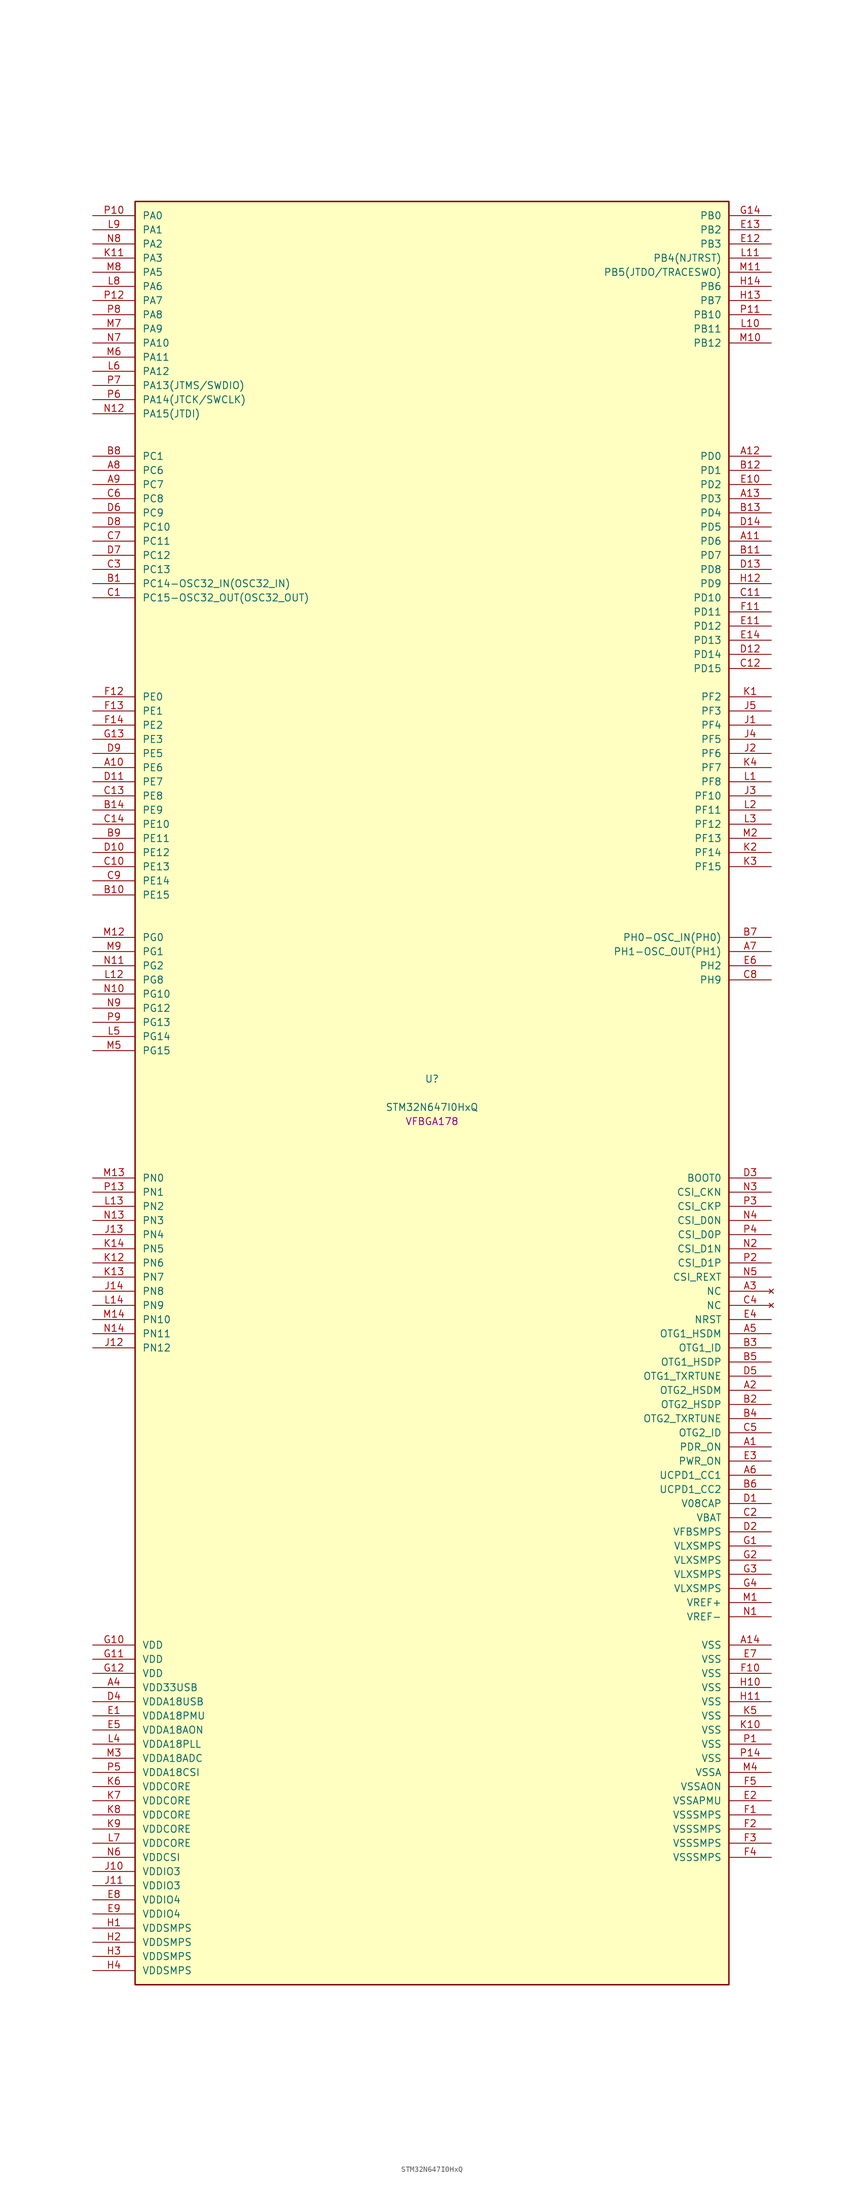
<source format=kicad_sym>
(kicad_symbol_lib
  (version 20241209)
  (generator "stm32_pkl_generator")
  (generator_version "1.0")
  (symbol "STM32N647I0HxQ"
    (pin_names
      (offset 1.27))
    (property "Reference" "U"
      (at 0 2.54 0))
    (property "Value" "STM32N647I0HxQ"
      (at 0 -2.54 0))
    (property "Footprint" "VFBGA178"
      (at 0 -5.08 0))
    (symbol "STM32N647I0HxQ_1_1"
      (rectangle (start -53.34 160.02) (end 53.34 -160.02) (stroke (width 0.254) (type solid)) (fill (type background)))
      (pin bidirectional line (at -60.96 157.48 0) (length 7.62) (name "PA0") (number "P10") (alternate "PA0/ADC1_INN1" bidirectional line) (alternate "PA0/ADC1_INP0" bidirectional line) (alternate "PA0/ADC2_INN1" bidirectional line) (alternate "PA0/ADC2_INP0" bidirectional line) (alternate "PA0/FMC_D7" bidirectional line) (alternate "PA0/FMC_DA7" bidirectional line) (alternate "PA0/HDP_HDP0" bidirectional line) (alternate "PA0/I2S6_WS" bidirectional line) (alternate "PA0/LTDC_G3" bidirectional line) (alternate "PA0/PWR_WKUP1" bidirectional line) (alternate "PA0/SAI2_SD_B" bidirectional line) (alternate "PA0/SPI6_NSS" bidirectional line) (alternate "PA0/TIM15_BKIN" bidirectional line) (alternate "PA0/TIM2_CH1" bidirectional line) (alternate "PA0/TIM5_CH1" bidirectional line) (alternate "PA0/TIM9_CH1" bidirectional line) (alternate "PA0/UART4_TX" bidirectional line) (alternate "PA0/USART2_CTS" bidirectional line) (alternate "PA0/USART2_NSS" bidirectional line))
      (pin bidirectional line (at -60.96 154.94 0) (length 7.62) (name "PA1") (number "L9") (alternate "PA1/ADC1_INP1" bidirectional line) (alternate "PA1/ADC2_INP1" bidirectional line) (alternate "PA1/DCMIPP_D0" bidirectional line) (alternate "PA1/DCMI_D0" bidirectional line) (alternate "PA1/FMC_D6" bidirectional line) (alternate "PA1/FMC_DA6" bidirectional line) (alternate "PA1/HDP_HDP1" bidirectional line) (alternate "PA1/LPTIM3_IN1" bidirectional line) (alternate "PA1/LTDC_G2" bidirectional line) (alternate "PA1/PSSI_D0" bidirectional line) (alternate "PA1/SAI2_MCLK_B" bidirectional line) (alternate "PA1/TIM15_CH1N" bidirectional line) (alternate "PA1/TIM2_CH2" bidirectional line) (alternate "PA1/TIM5_CH2" bidirectional line) (alternate "PA1/UART4_RX" bidirectional line) (alternate "PA1/USART2_RTS" bidirectional line))
      (pin bidirectional line (at -60.96 152.4 0) (length 7.62) (name "PA2") (number "N8") (alternate "PA2/ADC1_INP14" bidirectional line) (alternate "PA2/ADC2_INP14" bidirectional line) (alternate "PA2/FMC_D5" bidirectional line) (alternate "PA2/FMC_DA5" bidirectional line) (alternate "PA2/HDP_HDP2" bidirectional line) (alternate "PA2/LPTIM3_IN2" bidirectional line) (alternate "PA2/LTDC_B7" bidirectional line) (alternate "PA2/MDIOS_MDIO" bidirectional line) (alternate "PA2/PWR_WKUP2" bidirectional line) (alternate "PA2/SAI2_SCK_B" bidirectional line) (alternate "PA2/TIM15_CH1" bidirectional line) (alternate "PA2/TIM2_CH3" bidirectional line) (alternate "PA2/TIM5_CH3" bidirectional line) (alternate "PA2/USART2_TX" bidirectional line))
      (pin bidirectional line (at -60.96 149.86 0) (length 7.62) (name "PA3") (number "K11") (alternate "PA3/FMC_A17" bidirectional line) (alternate "PA3/FMC_ALE" bidirectional line) (alternate "PA3/SAI1_SD_B" bidirectional line) (alternate "PA3/SPI5_NSS" bidirectional line) (alternate "PA3/TIM16_CH1" bidirectional line) (alternate "PA3/UART7_RX" bidirectional line))
      (pin bidirectional line (at -60.96 147.32 0) (length 7.62) (name "PA5") (number "M8") (alternate "PA5/ADC2_INP18" bidirectional line) (alternate "PA5/DCMIPP_D8" bidirectional line) (alternate "PA5/DCMI_D8" bidirectional line) (alternate "PA5/FMC_NOE" bidirectional line) (alternate "PA5/HDP_HDP5" bidirectional line) (alternate "PA5/I2S1_CK" bidirectional line) (alternate "PA5/I2S6_CK" bidirectional line) (alternate "PA5/I3C1_SCL" bidirectional line) (alternate "PA5/LTDC_CLK" bidirectional line) (alternate "PA5/PSSI_D8" bidirectional line) (alternate "PA5/PWR_CSTOP" bidirectional line) (alternate "PA5/SPI1_SCK" bidirectional line) (alternate "PA5/SPI6_SCK" bidirectional line) (alternate "PA5/TIM10_CH1" bidirectional line) (alternate "PA5/TIM2_CH1" bidirectional line) (alternate "PA5/TIM2_ETR" bidirectional line) (alternate "PA5/TIM9_CH2" bidirectional line))
      (pin bidirectional line (at -60.96 144.78 0) (length 7.62) (name "PA6") (number "L8") (alternate "PA6/ADC1_INP3" bidirectional line) (alternate "PA6/ADC2_INP3" bidirectional line) (alternate "PA6/BOOT1" bidirectional line) (alternate "PA6/DCMIPP_PIXCLK" bidirectional line) (alternate "PA6/DCMI_PIXCLK" bidirectional line) (alternate "PA6/HDP_HDP6" bidirectional line) (alternate "PA6/I2S1_SDI" bidirectional line) (alternate "PA6/I2S6_SDI" bidirectional line) (alternate "PA6/I3C1_SDA" bidirectional line) (alternate "PA6/LPTIM3_ETR" bidirectional line) (alternate "PA6/LTDC_B7" bidirectional line) (alternate "PA6/LTDC_HSYNC" bidirectional line) (alternate "PA6/MDIOS_MDC" bidirectional line) (alternate "PA6/PSSI_PDCK" bidirectional line) (alternate "PA6/SPI1_MISO" bidirectional line) (alternate "PA6/SPI6_MISO" bidirectional line) (alternate "PA6/TIM13_CH1" bidirectional line) (alternate "PA6/TIM1_BKIN" bidirectional line) (alternate "PA6/TIM3_CH1" bidirectional line))
      (pin bidirectional line (at -60.96 142.24 0) (length 7.62) (name "PA7") (number "P12") (alternate "PA7/HDP_HDP7" bidirectional line) (alternate "PA7/I2S1_SDO" bidirectional line) (alternate "PA7/I2S6_SDO" bidirectional line) (alternate "PA7/LTDC_B1" bidirectional line) (alternate "PA7/LTDC_R4" bidirectional line) (alternate "PA7/SPI1_MOSI" bidirectional line) (alternate "PA7/SPI6_MOSI" bidirectional line) (alternate "PA7/TIM14_CH1" bidirectional line) (alternate "PA7/TIM1_CH1N" bidirectional line) (alternate "PA7/TIM3_CH2" bidirectional line) (alternate "PA7/USART1_RX" bidirectional line))
      (pin bidirectional line (at -60.96 139.7 0) (length 7.62) (name "PA8") (number "P8") (alternate "PA8/ADC1_INP5" bidirectional line) (alternate "PA8/ADC2_INP5" bidirectional line) (alternate "PA8/FMC_D4" bidirectional line) (alternate "PA8/FMC_DA4" bidirectional line) (alternate "PA8/HDP_HDP0" bidirectional line) (alternate "PA8/I2C3_SCL" bidirectional line) (alternate "PA8/I3C2_SCL" bidirectional line) (alternate "PA8/LTDC_B6" bidirectional line) (alternate "PA8/RCC_MCO_1" bidirectional line) (alternate "PA8/TIM11_CH1" bidirectional line) (alternate "PA8/TIM1_CH1" bidirectional line) (alternate "PA8/UART7_RX" bidirectional line) (alternate "PA8/USART1_CK" bidirectional line))
      (pin bidirectional line (at -60.96 137.16 0) (length 7.62) (name "PA9") (number "M7") (alternate "PA9/ADC1_INP10" bidirectional line) (alternate "PA9/ADC2_INP10" bidirectional line) (alternate "PA9/DCMIPP_D0" bidirectional line) (alternate "PA9/DCMI_D0" bidirectional line) (alternate "PA9/FMC_D3" bidirectional line) (alternate "PA9/FMC_DA3" bidirectional line) (alternate "PA9/HDP_HDP1" bidirectional line) (alternate "PA9/I2C3_SDA" bidirectional line) (alternate "PA9/I2S2_CK" bidirectional line) (alternate "PA9/I3C2_SDA" bidirectional line) (alternate "PA9/LPUART1_TX" bidirectional line) (alternate "PA9/LTDC_B5" bidirectional line) (alternate "PA9/PSSI_D0" bidirectional line) (alternate "PA9/SPI2_SCK" bidirectional line) (alternate "PA9/TIM1_CH2" bidirectional line) (alternate "PA9/USART1_TX" bidirectional line))
      (pin bidirectional line (at -60.96 134.62 0) (length 7.62) (name "PA10") (number "N7") (alternate "PA10/ADC1_INN10" bidirectional line) (alternate "PA10/ADC1_INP11" bidirectional line) (alternate "PA10/ADC2_INN10" bidirectional line) (alternate "PA10/ADC2_INP11" bidirectional line) (alternate "PA10/DCMIPP_D1" bidirectional line) (alternate "PA10/DCMI_D1" bidirectional line) (alternate "PA10/FMC_D2" bidirectional line) (alternate "PA10/FMC_DA2" bidirectional line) (alternate "PA10/HDP_HDP2" bidirectional line) (alternate "PA10/LPUART1_RX" bidirectional line) (alternate "PA10/LTDC_B4" bidirectional line) (alternate "PA10/MDIOS_MDIO" bidirectional line) (alternate "PA10/PSSI_D1" bidirectional line) (alternate "PA10/PWR_CSLEEP" bidirectional line) (alternate "PA10/TIM1_CH3" bidirectional line) (alternate "PA10/USART1_RX" bidirectional line))
      (pin bidirectional line (at -60.96 132.08 0) (length 7.62) (name "PA11") (number "M6") (alternate "PA11/ADC1_EXTI11" bidirectional line) (alternate "PA11/ADC1_INN11" bidirectional line) (alternate "PA11/ADC1_INP12" bidirectional line) (alternate "PA11/ADC2_EXTI11" bidirectional line) (alternate "PA11/ADC2_INN11" bidirectional line) (alternate "PA11/ADC2_INP12" bidirectional line) (alternate "PA11/FDCAN1_RX" bidirectional line) (alternate "PA11/FMC_D1" bidirectional line) (alternate "PA11/FMC_DA1" bidirectional line) (alternate "PA11/HDP_HDP3" bidirectional line) (alternate "PA11/I2S2_WS" bidirectional line) (alternate "PA11/LPUART1_CTS" bidirectional line) (alternate "PA11/LTDC_B3" bidirectional line) (alternate "PA11/SPI2_NSS" bidirectional line) (alternate "PA11/TIM1_CH4" bidirectional line) (alternate "PA11/UART4_RX" bidirectional line) (alternate "PA11/USART1_CTS" bidirectional line) (alternate "PA11/USART1_NSS" bidirectional line))
      (pin bidirectional line (at -60.96 129.54 0) (length 7.62) (name "PA12") (number "L6") (alternate "PA12/ADC1_INN12" bidirectional line) (alternate "PA12/ADC1_INP13" bidirectional line) (alternate "PA12/ADC2_INN12" bidirectional line) (alternate "PA12/ADC2_INP13" bidirectional line) (alternate "PA12/FDCAN1_TX" bidirectional line) (alternate "PA12/FMC_D0" bidirectional line) (alternate "PA12/FMC_DA0" bidirectional line) (alternate "PA12/HDP_HDP4" bidirectional line) (alternate "PA12/I2S2_CK" bidirectional line) (alternate "PA12/LPUART1_RTS" bidirectional line) (alternate "PA12/LTDC_B2" bidirectional line) (alternate "PA12/SAI2_FS_B" bidirectional line) (alternate "PA12/SPI2_SCK" bidirectional line) (alternate "PA12/TIM1_ETR" bidirectional line) (alternate "PA12/UART4_TX" bidirectional line) (alternate "PA12/USART1_RTS" bidirectional line))
      (pin bidirectional line (at -60.96 127 0) (length 7.62) (name "PA13(JTMS/SWDIO)") (number "P7") (alternate "PA13(JTMS/SWDIO)/DEBUG_JTMS-SWDIO" bidirectional line) (alternate "PA13(JTMS/SWDIO)/HDP_HDP5" bidirectional line))
      (pin bidirectional line (at -60.96 124.46 0) (length 7.62) (name "PA14(JTCK/SWCLK)") (number "P6") (alternate "PA14(JTCK/SWCLK)/DEBUG_JTCK-SWCLK" bidirectional line) (alternate "PA14(JTCK/SWCLK)/HDP_HDP6" bidirectional line))
      (pin bidirectional line (at -60.96 121.92 0) (length 7.62) (name "PA15(JTDI)") (number "N12") (alternate "PA15(JTDI)/ADC1_EXTI15" bidirectional line) (alternate "PA15(JTDI)/ADC2_EXTI15" bidirectional line) (alternate "PA15(JTDI)/DEBUG_JTDI" bidirectional line) (alternate "PA15(JTDI)/FMC_D15" bidirectional line) (alternate "PA15(JTDI)/FMC_DA15" bidirectional line) (alternate "PA15(JTDI)/HDP_HDP7" bidirectional line) (alternate "PA15(JTDI)/I2S1_WS" bidirectional line) (alternate "PA15(JTDI)/I2S3_WS" bidirectional line) (alternate "PA15(JTDI)/I2S6_WS" bidirectional line) (alternate "PA15(JTDI)/LTDC_R5" bidirectional line) (alternate "PA15(JTDI)/SPI1_NSS" bidirectional line) (alternate "PA15(JTDI)/SPI3_NSS" bidirectional line) (alternate "PA15(JTDI)/SPI6_NSS" bidirectional line) (alternate "PA15(JTDI)/TIM2_CH1" bidirectional line) (alternate "PA15(JTDI)/TIM2_ETR" bidirectional line) (alternate "PA15(JTDI)/UART4_DE" bidirectional line) (alternate "PA15(JTDI)/UART4_RTS" bidirectional line) (alternate "PA15(JTDI)/UART7_TX" bidirectional line))
      (pin bidirectional line (at 60.96 157.48 180) (length 7.62) (name "PB0") (number "G14") (alternate "PB0/ADF1_SDI0" bidirectional line) (alternate "PB0/DCMIPP_D4" bidirectional line) (alternate "PB0/DCMI_D4" bidirectional line) (alternate "PB0/DEBUG_TRACED1" bidirectional line) (alternate "PB0/FMC_D13" bidirectional line) (alternate "PB0/FMC_DA13" bidirectional line) (alternate "PB0/MDF1_SDI2" bidirectional line) (alternate "PB0/PSSI_D4" bidirectional line) (alternate "PB0/SAI1_D2" bidirectional line) (alternate "PB0/SAI1_FS_A" bidirectional line) (alternate "PB0/SPI4_NSS" bidirectional line) (alternate "PB0/TIM15_CH1N" bidirectional line) (alternate "PB0/TIM1_CH4" bidirectional line))
      (pin bidirectional line (at 60.96 154.94 180) (length 7.62) (name "PB2") (number "E13") (alternate "PB2/ADF1_SDI0" bidirectional line) (alternate "PB2/FMC_D2" bidirectional line) (alternate "PB2/FMC_DA2" bidirectional line) (alternate "PB2/HDP_HDP2" bidirectional line) (alternate "PB2/I2S3_SDO" bidirectional line) (alternate "PB2/LTDC_B2" bidirectional line) (alternate "PB2/MDF1_SDI1" bidirectional line) (alternate "PB2/RTC_OUT2" bidirectional line) (alternate "PB2/SAI1_D1" bidirectional line) (alternate "PB2/SAI1_SD_A" bidirectional line) (alternate "PB2/SPI3_MOSI" bidirectional line) (alternate "PB2/TIM1_CH1" bidirectional line))
      (pin bidirectional line (at 60.96 152.4 180) (length 7.62) (name "PB3") (number "E12") (alternate "PB3/DEBUG_JTDO-SWO" bidirectional line) (alternate "PB3/DEBUG_TRACECLK" bidirectional line) (alternate "PB3/FMC_A23" bidirectional line) (alternate "PB3/FMC_NBL1" bidirectional line) (alternate "PB3/GFXTIM_FCKCAL" bidirectional line) (alternate "PB3/GFXTIM_LCKCAL" bidirectional line) (alternate "PB3/HDP_HDP0" bidirectional line) (alternate "PB3/MDF1_CKI1" bidirectional line) (alternate "PB3/SAI2_FS_B" bidirectional line) (alternate "PB3/TIM1_CH4N" bidirectional line) (alternate "PB3/USART1_CK" bidirectional line))
      (pin bidirectional line (at 60.96 149.86 180) (length 7.62) (name "PB4(NJTRST)") (number "L11") (alternate "PB4(NJTRST)/DCMIPP_VSYNC" bidirectional line) (alternate "PB4(NJTRST)/DCMI_VSYNC" bidirectional line) (alternate "PB4(NJTRST)/DEBUG_NJTRST" bidirectional line) (alternate "PB4(NJTRST)/FMC_D13" bidirectional line) (alternate "PB4(NJTRST)/FMC_DA13" bidirectional line) (alternate "PB4(NJTRST)/HDP_HDP4" bidirectional line) (alternate "PB4(NJTRST)/I2S1_SDI" bidirectional line) (alternate "PB4(NJTRST)/I2S2_WS" bidirectional line) (alternate "PB4(NJTRST)/I2S3_SDI" bidirectional line) (alternate "PB4(NJTRST)/I2S6_SDI" bidirectional line) (alternate "PB4(NJTRST)/LTDC_R3" bidirectional line) (alternate "PB4(NJTRST)/PSSI_RDY" bidirectional line) (alternate "PB4(NJTRST)/SPI1_MISO" bidirectional line) (alternate "PB4(NJTRST)/SPI2_NSS" bidirectional line) (alternate "PB4(NJTRST)/SPI3_MISO" bidirectional line) (alternate "PB4(NJTRST)/SPI6_MISO" bidirectional line) (alternate "PB4(NJTRST)/TIM16_BKIN" bidirectional line) (alternate "PB4(NJTRST)/TIM3_CH1" bidirectional line) (alternate "PB4(NJTRST)/UART7_TX" bidirectional line))
      (pin bidirectional line (at 60.96 147.32 180) (length 7.62) (name "PB5(JTDO/TRACESWO)") (number "M11") (alternate "PB5(JTDO/TRACESWO)/DCMIPP_D10" bidirectional line) (alternate "PB5(JTDO/TRACESWO)/DCMI_D10" bidirectional line) (alternate "PB5(JTDO/TRACESWO)/DEBUG_JTDO-SWO" bidirectional line) (alternate "PB5(JTDO/TRACESWO)/FDCAN2_RX" bidirectional line) (alternate "PB5(JTDO/TRACESWO)/FMC_D12" bidirectional line) (alternate "PB5(JTDO/TRACESWO)/FMC_DA12" bidirectional line) (alternate "PB5(JTDO/TRACESWO)/HDP_HDP5" bidirectional line) (alternate "PB5(JTDO/TRACESWO)/I2C1_SMBA" bidirectional line) (alternate "PB5(JTDO/TRACESWO)/I2S1_SDO" bidirectional line) (alternate "PB5(JTDO/TRACESWO)/I2S3_SDO" bidirectional line) (alternate "PB5(JTDO/TRACESWO)/I2S6_SDO" bidirectional line) (alternate "PB5(JTDO/TRACESWO)/LTDC_R2" bidirectional line) (alternate "PB5(JTDO/TRACESWO)/PSSI_D10" bidirectional line) (alternate "PB5(JTDO/TRACESWO)/SPI1_MOSI" bidirectional line) (alternate "PB5(JTDO/TRACESWO)/SPI3_MOSI" bidirectional line) (alternate "PB5(JTDO/TRACESWO)/SPI6_MOSI" bidirectional line) (alternate "PB5(JTDO/TRACESWO)/TIM17_BKIN" bidirectional line) (alternate "PB5(JTDO/TRACESWO)/TIM3_CH2" bidirectional line) (alternate "PB5(JTDO/TRACESWO)/UART5_RX" bidirectional line))
      (pin bidirectional line (at 60.96 144.78 180) (length 7.62) (name "PB6") (number "H14") (alternate "PB6/ADF1_CCK1" bidirectional line) (alternate "PB6/DCMIPP_D6" bidirectional line) (alternate "PB6/DCMI_D6" bidirectional line) (alternate "PB6/DEBUG_TRACED2" bidirectional line) (alternate "PB6/FMC_D14" bidirectional line) (alternate "PB6/FMC_DA14" bidirectional line) (alternate "PB6/MDF1_CCK1" bidirectional line) (alternate "PB6/PSSI_D6" bidirectional line) (alternate "PB6/SAI1_CK2" bidirectional line) (alternate "PB6/SAI1_SCK_A" bidirectional line) (alternate "PB6/SPI4_MISO" bidirectional line) (alternate "PB6/TIM15_CH1" bidirectional line))
      (pin bidirectional line (at 60.96 142.24 180) (length 7.62) (name "PB7") (number "H13") (alternate "PB7/ADF1_SDI0" bidirectional line) (alternate "PB7/DCMIPP_D7" bidirectional line) (alternate "PB7/DCMI_D7" bidirectional line) (alternate "PB7/DEBUG_TRACED3" bidirectional line) (alternate "PB7/FMC_D15" bidirectional line) (alternate "PB7/FMC_DA15" bidirectional line) (alternate "PB7/MDF1_SDI1" bidirectional line) (alternate "PB7/PSSI_D7" bidirectional line) (alternate "PB7/SAI1_D1" bidirectional line) (alternate "PB7/SAI1_SD_A" bidirectional line) (alternate "PB7/SAI2_MCLK_B" bidirectional line) (alternate "PB7/SPI4_MOSI" bidirectional line) (alternate "PB7/TIM15_CH2" bidirectional line) (alternate "PB7/TIM1_BKIN2" bidirectional line))
      (pin bidirectional line (at 60.96 139.7 180) (length 7.62) (name "PB10") (number "P11") (alternate "PB10/ADC1_INN4" bidirectional line) (alternate "PB10/ADC1_INP8" bidirectional line) (alternate "PB10/ADC2_INN4" bidirectional line) (alternate "PB10/ADC2_INP8" bidirectional line) (alternate "PB10/FMC_D11" bidirectional line) (alternate "PB10/FMC_DA11" bidirectional line) (alternate "PB10/HDP_HDP2" bidirectional line) (alternate "PB10/I2C2_SCL" bidirectional line) (alternate "PB10/I2S2_CK" bidirectional line) (alternate "PB10/I3C2_SCL" bidirectional line) (alternate "PB10/LPTIM2_IN1" bidirectional line) (alternate "PB10/LTDC_G7" bidirectional line) (alternate "PB10/SPI2_SCK" bidirectional line) (alternate "PB10/TIM2_CH3" bidirectional line) (alternate "PB10/USART3_TX" bidirectional line))
      (pin bidirectional line (at 60.96 137.16 180) (length 7.62) (name "PB11") (number "L10") (alternate "PB11/ADC1_EXTI11" bidirectional line) (alternate "PB11/ADC1_INP4" bidirectional line) (alternate "PB11/ADC2_EXTI11" bidirectional line) (alternate "PB11/ADC2_INP4" bidirectional line) (alternate "PB11/FMC_D10" bidirectional line) (alternate "PB11/FMC_DA10" bidirectional line) (alternate "PB11/HDP_HDP3" bidirectional line) (alternate "PB11/I2C2_SDA" bidirectional line) (alternate "PB11/I3C2_SDA" bidirectional line) (alternate "PB11/LPTIM2_ETR" bidirectional line) (alternate "PB11/LTDC_G6" bidirectional line) (alternate "PB11/TIM2_CH4" bidirectional line) (alternate "PB11/USART3_RX" bidirectional line))
      (pin bidirectional line (at 60.96 134.62 180) (length 7.62) (name "PB12") (number "M10") (alternate "PB12/FDCAN2_RX" bidirectional line) (alternate "PB12/FMC_D9" bidirectional line) (alternate "PB12/FMC_DA9" bidirectional line) (alternate "PB12/HDP_HDP4" bidirectional line) (alternate "PB12/I2C2_SMBA" bidirectional line) (alternate "PB12/I2S2_WS" bidirectional line) (alternate "PB12/LPTIM2_IN2" bidirectional line) (alternate "PB12/LTDC_G5" bidirectional line) (alternate "PB12/SPI2_NSS" bidirectional line) (alternate "PB12/TIM1_BKIN" bidirectional line) (alternate "PB12/UART5_RX" bidirectional line) (alternate "PB12/USART3_CK" bidirectional line))
      (pin bidirectional line (at -60.96 114.3 0) (length 7.62) (name "PC1") (number "B8") (alternate "PC1/DCMIPP_D7" bidirectional line) (alternate "PC1/DCMI_D7" bidirectional line) (alternate "PC1/FDCAN1_TX" bidirectional line) (alternate "PC1/HDP_HDP1" bidirectional line) (alternate "PC1/I2C1_SDA" bidirectional line) (alternate "PC1/I2S2_WS" bidirectional line) (alternate "PC1/I3C1_SDA" bidirectional line) (alternate "PC1/PSSI_D7" bidirectional line) (alternate "PC1/SDMMC1_CDIR" bidirectional line) (alternate "PC1/SDMMC1_D5" bidirectional line) (alternate "PC1/SPI2_NSS" bidirectional line) (alternate "PC1/TIM17_CH1" bidirectional line) (alternate "PC1/TIM4_CH4" bidirectional line) (alternate "PC1/UART4_TX" bidirectional line))
      (pin bidirectional line (at -60.96 111.76 0) (length 7.62) (name "PC6") (number "A8") (alternate "PC6/DCMIPP_D1" bidirectional line) (alternate "PC6/DCMI_D1" bidirectional line) (alternate "PC6/HDP_HDP6" bidirectional line) (alternate "PC6/I2S2_MCK" bidirectional line) (alternate "PC6/PSSI_D1" bidirectional line) (alternate "PC6/SDMMC1_D0DIR" bidirectional line) (alternate "PC6/SDMMC1_D6" bidirectional line) (alternate "PC6/TIM1_CH1" bidirectional line) (alternate "PC6/TIM3_CH1" bidirectional line) (alternate "PC6/TIM9_CH1" bidirectional line) (alternate "PC6/USART6_TX" bidirectional line))
      (pin bidirectional line (at -60.96 109.22 0) (length 7.62) (name "PC7") (number "A9") (alternate "PC7/DCMIPP_D1" bidirectional line) (alternate "PC7/DCMI_D1" bidirectional line) (alternate "PC7/DEBUG_TRGIO" bidirectional line) (alternate "PC7/HDP_HDP7" bidirectional line) (alternate "PC7/I2S3_MCK" bidirectional line) (alternate "PC7/PSSI_D1" bidirectional line) (alternate "PC7/SDMMC1_D123DIR" bidirectional line) (alternate "PC7/SDMMC1_D7" bidirectional line) (alternate "PC7/TIM16_CH1N" bidirectional line) (alternate "PC7/TIM3_CH2" bidirectional line) (alternate "PC7/TIM9_CH2" bidirectional line) (alternate "PC7/USART6_RX" bidirectional line))
      (pin bidirectional line (at -60.96 106.68 0) (length 7.62) (name "PC8") (number "C6") (alternate "PC8/DCMIPP_D2" bidirectional line) (alternate "PC8/DCMI_D2" bidirectional line) (alternate "PC8/DEBUG_TRACED1" bidirectional line) (alternate "PC8/FMC_NE4" bidirectional line) (alternate "PC8/HDP_HDP0" bidirectional line) (alternate "PC8/I2C3_SMBA" bidirectional line) (alternate "PC8/LTDC_B0" bidirectional line) (alternate "PC8/PSSI_D2" bidirectional line) (alternate "PC8/SDMMC1_D0" bidirectional line) (alternate "PC8/TIM3_CH3" bidirectional line) (alternate "PC8/UART5_DE" bidirectional line) (alternate "PC8/UART5_RTS" bidirectional line) (alternate "PC8/UCPD1_FRSTX1" bidirectional line) (alternate "PC8/USART6_CK" bidirectional line))
      (pin bidirectional line (at -60.96 104.14 0) (length 7.62) (name "PC9") (number "D6") (alternate "PC9/AUDIOCLK" bidirectional line) (alternate "PC9/DCMIPP_D3" bidirectional line) (alternate "PC9/DCMI_D3" bidirectional line) (alternate "PC9/HDP_HDP1" bidirectional line) (alternate "PC9/I2C3_SDA" bidirectional line) (alternate "PC9/LTDC_B3" bidirectional line) (alternate "PC9/PSSI_D3" bidirectional line) (alternate "PC9/RCC_MCO_2" bidirectional line) (alternate "PC9/SDMMC1_D1" bidirectional line) (alternate "PC9/TIM3_CH4" bidirectional line) (alternate "PC9/UART5_CTS" bidirectional line) (alternate "PC9/UCPD1_FRSTX2" bidirectional line) (alternate "PC9/USART6_RX" bidirectional line))
      (pin bidirectional line (at -60.96 101.6 0) (length 7.62) (name "PC10") (number "D8") (alternate "PC10/DCMIPP_D14" bidirectional line) (alternate "PC10/FMC_CLK" bidirectional line) (alternate "PC10/HDP_HDP2" bidirectional line) (alternate "PC10/I2C4_SCL" bidirectional line) (alternate "PC10/I2S3_CK" bidirectional line) (alternate "PC10/I3C2_SCL" bidirectional line) (alternate "PC10/PSSI_D14" bidirectional line) (alternate "PC10/SDMMC1_D2" bidirectional line) (alternate "PC10/SPI3_SCK" bidirectional line) (alternate "PC10/TIM1_BKIN" bidirectional line) (alternate "PC10/UART4_TX" bidirectional line) (alternate "PC10/USART3_TX" bidirectional line))
      (pin bidirectional line (at -60.96 99.06 0) (length 7.62) (name "PC11") (number "C7") (alternate "PC11/ADC1_EXTI11" bidirectional line) (alternate "PC11/ADC2_EXTI11" bidirectional line) (alternate "PC11/DCMIPP_D4" bidirectional line) (alternate "PC11/DCMI_D4" bidirectional line) (alternate "PC11/HDP_HDP3" bidirectional line) (alternate "PC11/I2C4_SDA" bidirectional line) (alternate "PC11/I2S3_SDI" bidirectional line) (alternate "PC11/I3C2_SDA" bidirectional line) (alternate "PC11/PSSI_D4" bidirectional line) (alternate "PC11/SDMMC1_D3" bidirectional line) (alternate "PC11/SPI3_MISO" bidirectional line) (alternate "PC11/UART4_RX" bidirectional line) (alternate "PC11/USART3_RX" bidirectional line))
      (pin bidirectional line (at -60.96 96.52 0) (length 7.62) (name "PC12") (number "D7") (alternate "PC12/DCMIPP_D9" bidirectional line) (alternate "PC12/DCMI_D9" bidirectional line) (alternate "PC12/DEBUG_TRACED3" bidirectional line) (alternate "PC12/FMC_NL" bidirectional line) (alternate "PC12/HDP_HDP4" bidirectional line) (alternate "PC12/I2S3_SDO" bidirectional line) (alternate "PC12/I2S6_CK" bidirectional line) (alternate "PC12/PSSI_D9" bidirectional line) (alternate "PC12/SDMMC1_CK" bidirectional line) (alternate "PC12/SPI3_MOSI" bidirectional line) (alternate "PC12/SPI6_SCK" bidirectional line) (alternate "PC12/TIM15_CH1" bidirectional line) (alternate "PC12/TIM1_CH4" bidirectional line) (alternate "PC12/UART5_TX" bidirectional line) (alternate "PC12/USART3_CK" bidirectional line))
      (pin bidirectional line (at -60.96 93.98 0) (length 7.62) (name "PC13") (number "C3") (alternate "PC13/HDP_HDP5" bidirectional line) (alternate "PC13/PWR_WKUP3" bidirectional line) (alternate "PC13/RTC_OUT1" bidirectional line) (alternate "PC13/RTC_TS" bidirectional line) (alternate "PC13/TAMP_IN1" bidirectional line) (alternate "PC13/TAMP_OUT2" bidirectional line))
      (pin bidirectional line (at -60.96 91.44 0) (length 7.62) (name "PC14-OSC32_IN(OSC32_IN)") (number "B1") (alternate "PC14-OSC32_IN(OSC32_IN)/RCC_OSC32_IN" bidirectional line))
      (pin bidirectional line (at -60.96 88.9 0) (length 7.62) (name "PC15-OSC32_OUT(OSC32_OUT)") (number "C1") (alternate "PC15-OSC32_OUT(OSC32_OUT)/ADC1_EXTI15" bidirectional line) (alternate "PC15-OSC32_OUT(OSC32_OUT)/ADC2_EXTI15" bidirectional line) (alternate "PC15-OSC32_OUT(OSC32_OUT)/RCC_OSC32_OUT" bidirectional line))
      (pin bidirectional line (at 60.96 114.3 180) (length 7.62) (name "PD0") (number "A12") (alternate "PD0/DCMIPP_HSYNC" bidirectional line) (alternate "PD0/DCMI_HSYNC" bidirectional line) (alternate "PD0/FDCAN1_RX" bidirectional line) (alternate "PD0/FMC_A6" bidirectional line) (alternate "PD0/FMC_A22" bidirectional line) (alternate "PD0/PSSI_DE" bidirectional line) (alternate "PD0/TIM1_ETR" bidirectional line) (alternate "PD0/UART4_RX" bidirectional line) (alternate "PD0/UART9_CTS" bidirectional line))
      (pin bidirectional line (at 60.96 111.76 180) (length 7.62) (name "PD1") (number "B12") (alternate "PD1/ETH1_MDC" bidirectional line) (alternate "PD1/FDCAN1_TX" bidirectional line) (alternate "PD1/FMC_A7" bidirectional line) (alternate "PD1/FMC_A23" bidirectional line) (alternate "PD1/UART4_TX" bidirectional line))
      (pin bidirectional line (at 60.96 109.22 180) (length 7.62) (name "PD2") (number "E10") (alternate "PD2/ADF1_SDI0" bidirectional line) (alternate "PD2/DEBUG_TRACED0" bidirectional line) (alternate "PD2/FMC_A0" bidirectional line) (alternate "PD2/FMC_A16" bidirectional line) (alternate "PD2/FMC_CLE" bidirectional line) (alternate "PD2/HDP_HDP1" bidirectional line) (alternate "PD2/I2S2_SDO" bidirectional line) (alternate "PD2/MDF1_SDI1" bidirectional line) (alternate "PD2/MDIOS_MDC" bidirectional line) (alternate "PD2/PWR_WKUP4" bidirectional line) (alternate "PD2/SAI1_D1" bidirectional line) (alternate "PD2/SAI1_SD_A" bidirectional line) (alternate "PD2/SPI2_MOSI" bidirectional line) (alternate "PD2/TIM15_CH1N" bidirectional line) (alternate "PD2/TIM1_CH3" bidirectional line))
      (pin bidirectional line (at 60.96 106.68 180) (length 7.62) (name "PD3") (number "A13") (alternate "PD3/DCMIPP_D14" bidirectional line) (alternate "PD3/ETH1_PHY_INTN" bidirectional line) (alternate "PD3/FMC_A10" bidirectional line) (alternate "PD3/I2C2_SMBA" bidirectional line) (alternate "PD3/PSSI_D14" bidirectional line) (alternate "PD3/USART6_CTS" bidirectional line))
      (pin bidirectional line (at 60.96 104.14 180) (length 7.62) (name "PD4") (number "B13") (alternate "PD4/DCMIPP_D9" bidirectional line) (alternate "PD4/DCMI_D9" bidirectional line) (alternate "PD4/FMC_A11" bidirectional line) (alternate "PD4/I2C2_SDA" bidirectional line) (alternate "PD4/PSSI_D9" bidirectional line) (alternate "PD4/SPI5_MISO" bidirectional line) (alternate "PD4/TAMP_IN7" bidirectional line) (alternate "PD4/TAMP_OUT8" bidirectional line) (alternate "PD4/TIM1_BKIN2" bidirectional line) (alternate "PD4/USART6_RTS" bidirectional line))
      (pin bidirectional line (at 60.96 101.6 180) (length 7.62) (name "PD5") (number "D14") (alternate "PD5/DCMIPP_PIXCLK" bidirectional line) (alternate "PD5/DCMI_PIXCLK" bidirectional line) (alternate "PD5/FMC_D6" bidirectional line) (alternate "PD5/FMC_DA6" bidirectional line) (alternate "PD5/PSSI_PDCK" bidirectional line) (alternate "PD5/TIM1_CH4N" bidirectional line) (alternate "PD5/USART2_TX" bidirectional line))
      (pin bidirectional line (at 60.96 99.06 180) (length 7.62) (name "PD6") (number "A11") (alternate "PD6/FMC_A1" bidirectional line) (alternate "PD6/FMC_A17" bidirectional line) (alternate "PD6/FMC_ALE" bidirectional line) (alternate "PD6/HDP_HDP2" bidirectional line) (alternate "PD6/I2S2_SDI" bidirectional line) (alternate "PD6/SPI2_MISO" bidirectional line) (alternate "PD6/TIM15_CH2" bidirectional line) (alternate "PD6/TIM1_CH1" bidirectional line))
      (pin bidirectional line (at 60.96 96.52 180) (length 7.62) (name "PD7") (number "B11") (alternate "PD7/DCMIPP_D0" bidirectional line) (alternate "PD7/DCMI_D0" bidirectional line) (alternate "PD7/FMC_A2" bidirectional line) (alternate "PD7/FMC_A18" bidirectional line) (alternate "PD7/HDP_HDP3" bidirectional line) (alternate "PD7/I2S2_SDO" bidirectional line) (alternate "PD7/I2S3_WS" bidirectional line) (alternate "PD7/PSSI_D0" bidirectional line) (alternate "PD7/SPI2_MOSI" bidirectional line) (alternate "PD7/SPI3_NSS" bidirectional line) (alternate "PD7/TIM15_CH1N" bidirectional line) (alternate "PD7/TIM1_CH2" bidirectional line))
      (pin bidirectional line (at 60.96 93.98 180) (length 7.62) (name "PD8") (number "D13") (alternate "PD8/DCMIPP_D11" bidirectional line) (alternate "PD8/DCMI_D11" bidirectional line) (alternate "PD8/FMC_NBL0" bidirectional line) (alternate "PD8/LTDC_R7" bidirectional line) (alternate "PD8/PSSI_D11" bidirectional line) (alternate "PD8/TAMP_IN3" bidirectional line) (alternate "PD8/TAMP_OUT4" bidirectional line) (alternate "PD8/USART3_TX" bidirectional line))
      (pin bidirectional line (at 60.96 91.44 180) (length 7.62) (name "PD9") (number "H12") (alternate "PD9/DCMIPP_D11" bidirectional line) (alternate "PD9/DCMI_D11" bidirectional line) (alternate "PD9/FMC_SDCLK" bidirectional line) (alternate "PD9/LTDC_R1" bidirectional line) (alternate "PD9/PSSI_D11" bidirectional line) (alternate "PD9/TAMP_IN5" bidirectional line) (alternate "PD9/TAMP_OUT6" bidirectional line) (alternate "PD9/USART3_RX" bidirectional line))
      (pin bidirectional line (at 60.96 88.9 180) (length 7.62) (name "PD10") (number "C11") (alternate "PD10/DEBUG_TRACECLK" bidirectional line) (alternate "PD10/FMC_A3" bidirectional line) (alternate "PD10/FMC_A19" bidirectional line) (alternate "PD10/GFXTIM_TE" bidirectional line) (alternate "PD10/HDP_HDP4" bidirectional line) (alternate "PD10/I2S1_MCK" bidirectional line) (alternate "PD10/MDF1_CKI3" bidirectional line) (alternate "PD10/SAI2_FS_B" bidirectional line) (alternate "PD10/TIM1_ETR" bidirectional line) (alternate "PD10/UCPD1_FRSTX1" bidirectional line))
      (pin bidirectional line (at 60.96 86.36 180) (length 7.62) (name "PD11") (number "F11") (alternate "PD11/ADC1_EXTI11" bidirectional line) (alternate "PD11/ADC2_EXTI11" bidirectional line) (alternate "PD11/DCMIPP_D15" bidirectional line) (alternate "PD11/FMC_D8" bidirectional line) (alternate "PD11/FMC_DA8" bidirectional line) (alternate "PD11/I2C4_SDA" bidirectional line) (alternate "PD11/I2S2_SDI" bidirectional line) (alternate "PD11/PSSI_D15" bidirectional line) (alternate "PD11/SDMMC1_D0" bidirectional line) (alternate "PD11/SPI2_MISO" bidirectional line) (alternate "PD11/UCPD1_FRSTX1" bidirectional line))
      (pin bidirectional line (at 60.96 83.82 180) (length 7.62) (name "PD12") (number "E11") (alternate "PD12/DCMIPP_D12" bidirectional line) (alternate "PD12/DCMI_D12" bidirectional line) (alternate "PD12/ETH1_MDIO" bidirectional line) (alternate "PD12/FMC_A5" bidirectional line) (alternate "PD12/FMC_A21" bidirectional line) (alternate "PD12/HDP_HDP5" bidirectional line) (alternate "PD12/MDF1_SDI3" bidirectional line) (alternate "PD12/PSSI_D12" bidirectional line) (alternate "PD12/SAI1_D3" bidirectional line) (alternate "PD12/UCPD1_FRSTX2" bidirectional line))
      (pin bidirectional line (at 60.96 81.28 180) (length 7.62) (name "PD13") (number "E14") (alternate "PD13/DCMIPP_D13" bidirectional line) (alternate "PD13/DCMI_D13" bidirectional line) (alternate "PD13/FMC_D4" bidirectional line) (alternate "PD13/FMC_DA4" bidirectional line) (alternate "PD13/LTDC_R6" bidirectional line) (alternate "PD13/PSSI_D13" bidirectional line) (alternate "PD13/SAI2_SCK_A" bidirectional line) (alternate "PD13/TIM4_CH2" bidirectional line) (alternate "PD13/UART9_RTS" bidirectional line) (alternate "PD13/UCPD1_FRSTX2" bidirectional line))
      (pin bidirectional line (at 60.96 78.74 180) (length 7.62) (name "PD14") (number "D12") (alternate "PD14/FMC_A9" bidirectional line) (alternate "PD14/I2C2_SCL" bidirectional line))
      (pin bidirectional line (at 60.96 76.2 180) (length 7.62) (name "PD15") (number "C12") (alternate "PD15/ADC1_EXTI15" bidirectional line) (alternate "PD15/ADC2_EXTI15" bidirectional line) (alternate "PD15/FMC_A8" bidirectional line) (alternate "PD15/I2C2_SDA" bidirectional line) (alternate "PD15/LTDC_R2" bidirectional line))
      (pin bidirectional line (at -60.96 71.12 0) (length 7.62) (name "PE0") (number "F12") (alternate "PE0/DCMIPP_D2" bidirectional line) (alternate "PE0/DCMI_D2" bidirectional line) (alternate "PE0/FMC_D9" bidirectional line) (alternate "PE0/FMC_DA9" bidirectional line) (alternate "PE0/LPTIM2_ETR" bidirectional line) (alternate "PE0/PSSI_D2" bidirectional line) (alternate "PE0/SAI2_MCLK_A" bidirectional line) (alternate "PE0/TAMP_IN6" bidirectional line) (alternate "PE0/TAMP_OUT5" bidirectional line) (alternate "PE0/TIM4_ETR" bidirectional line) (alternate "PE0/USART3_RX" bidirectional line))
      (pin bidirectional line (at -60.96 68.58 0) (length 7.62) (name "PE1") (number "F13") (alternate "PE1/DCMIPP_D8" bidirectional line) (alternate "PE1/DCMI_D8" bidirectional line) (alternate "PE1/FMC_D10" bidirectional line) (alternate "PE1/FMC_DA10" bidirectional line) (alternate "PE1/LPTIM2_CH2" bidirectional line) (alternate "PE1/PSSI_D8" bidirectional line) (alternate "PE1/USART3_TX" bidirectional line))
      (pin bidirectional line (at -60.96 66.04 0) (length 7.62) (name "PE2") (number "F14") (alternate "PE2/ADF1_CCK0" bidirectional line) (alternate "PE2/DEBUG_TRACECLK" bidirectional line) (alternate "PE2/FMC_D11" bidirectional line) (alternate "PE2/FMC_DA11" bidirectional line) (alternate "PE2/MDF1_CCK0" bidirectional line) (alternate "PE2/SAI1_CK1" bidirectional line) (alternate "PE2/SAI1_MCLK_A" bidirectional line) (alternate "PE2/SPI4_SCK" bidirectional line) (alternate "PE2/TIM1_CH2N" bidirectional line) (alternate "PE2/UCPD1_FRSTX1" bidirectional line))
      (pin bidirectional line (at -60.96 63.5 0) (length 7.62) (name "PE3") (number "G13") (alternate "PE3/DEBUG_TRACED0" bidirectional line) (alternate "PE3/FMC_D12" bidirectional line) (alternate "PE3/FMC_DA12" bidirectional line) (alternate "PE3/MDF1_CKI2" bidirectional line) (alternate "PE3/SAI1_SD_B" bidirectional line) (alternate "PE3/TIM15_BKIN" bidirectional line))
      (pin bidirectional line (at -60.96 60.96 0) (length 7.62) (name "PE5") (number "D9") (alternate "PE5/DCMIPP_D5" bidirectional line) (alternate "PE5/DCMI_D5" bidirectional line) (alternate "PE5/FDCAN2_TX" bidirectional line) (alternate "PE5/FMC_SDNE1" bidirectional line) (alternate "PE5/HDP_HDP6" bidirectional line) (alternate "PE5/I2C1_SCL" bidirectional line) (alternate "PE5/I3C1_SCL" bidirectional line) (alternate "PE5/LPUART1_TX" bidirectional line) (alternate "PE5/PSSI_D5" bidirectional line) (alternate "PE5/TIM16_CH1N" bidirectional line) (alternate "PE5/TIM4_CH1" bidirectional line) (alternate "PE5/UART5_TX" bidirectional line) (alternate "PE5/USART1_TX" bidirectional line))
      (pin bidirectional line (at -60.96 58.42 0) (length 7.62) (name "PE6") (number "A10") (alternate "PE6/DCMIPP_D1" bidirectional line) (alternate "PE6/DCMIPP_VSYNC" bidirectional line) (alternate "PE6/DCMI_D1" bidirectional line) (alternate "PE6/DCMI_VSYNC" bidirectional line) (alternate "PE6/FMC_SDCKE1" bidirectional line) (alternate "PE6/HDP_HDP7" bidirectional line) (alternate "PE6/I2C1_SDA" bidirectional line) (alternate "PE6/I3C1_SDA" bidirectional line) (alternate "PE6/LPUART1_RX" bidirectional line) (alternate "PE6/PSSI_D1" bidirectional line) (alternate "PE6/PSSI_RDY" bidirectional line) (alternate "PE6/TIM17_CH1N" bidirectional line) (alternate "PE6/TIM4_CH2" bidirectional line) (alternate "PE6/UART5_TX" bidirectional line) (alternate "PE6/USART1_RX" bidirectional line))
      (pin bidirectional line (at -60.96 55.88 0) (length 7.62) (name "PE7") (number "D11") (alternate "PE7/FMC_A4" bidirectional line) (alternate "PE7/FMC_A20" bidirectional line) (alternate "PE7/MDF1_CKI0" bidirectional line) (alternate "PE7/SAI2_SD_B" bidirectional line) (alternate "PE7/TIM1_ETR" bidirectional line) (alternate "PE7/UART7_RX" bidirectional line))
      (pin bidirectional line (at -60.96 53.34 0) (length 7.62) (name "PE8") (number "C13") (alternate "PE8/DCMIPP_D4" bidirectional line) (alternate "PE8/DCMI_D4" bidirectional line) (alternate "PE8/FMC_A12" bidirectional line) (alternate "PE8/MDF1_SDI0" bidirectional line) (alternate "PE8/PSSI_D4" bidirectional line) (alternate "PE8/TIM1_CH1N" bidirectional line) (alternate "PE8/UART7_TX" bidirectional line) (alternate "PE8/USART3_TX" bidirectional line))
      (pin bidirectional line (at -60.96 50.8 0) (length 7.62) (name "PE9") (number "B14") (alternate "PE9/FMC_A14" bidirectional line) (alternate "PE9/FMC_BA0" bidirectional line) (alternate "PE9/MDF1_CKI4" bidirectional line) (alternate "PE9/TIM1_CH1" bidirectional line) (alternate "PE9/UART7_RTS" bidirectional line))
      (pin bidirectional line (at -60.96 48.26 0) (length 7.62) (name "PE10") (number "C14") (alternate "PE10/DCMIPP_D3" bidirectional line) (alternate "PE10/DCMI_D3" bidirectional line) (alternate "PE10/DEBUG_TRACECLK" bidirectional line) (alternate "PE10/FMC_A15" bidirectional line) (alternate "PE10/FMC_BA1" bidirectional line) (alternate "PE10/MDF1_SDI4" bidirectional line) (alternate "PE10/PSSI_D3" bidirectional line) (alternate "PE10/TIM1_CH2N" bidirectional line) (alternate "PE10/UART7_CTS" bidirectional line) (alternate "PE10/USART3_RX" bidirectional line))
      (pin bidirectional line (at -60.96 45.72 0) (length 7.62) (name "PE11") (number "B9") (alternate "PE11/ADC1_EXTI11" bidirectional line) (alternate "PE11/ADC2_EXTI11" bidirectional line) (alternate "PE11/FDCAN3_TX" bidirectional line) (alternate "PE11/FMC_SDNWE" bidirectional line) (alternate "PE11/LTDC_VSYNC" bidirectional line) (alternate "PE11/MDF1_CKI5" bidirectional line) (alternate "PE11/SAI2_SD_B" bidirectional line) (alternate "PE11/SPI4_NSS" bidirectional line) (alternate "PE11/TIM1_CH2" bidirectional line))
      (pin bidirectional line (at -60.96 43.18 0) (length 7.62) (name "PE12") (number "D10") (alternate "PE12/FDCAN3_RX" bidirectional line) (alternate "PE12/FMC_SDNRAS" bidirectional line) (alternate "PE12/MDF1_SDI5" bidirectional line) (alternate "PE12/SAI2_SCK_B" bidirectional line) (alternate "PE12/SPI4_SCK" bidirectional line) (alternate "PE12/TIM1_CH3N" bidirectional line))
      (pin bidirectional line (at -60.96 40.64 0) (length 7.62) (name "PE13") (number "C10") (alternate "PE13/ADF1_CCK0" bidirectional line) (alternate "PE13/FMC_SDNCAS" bidirectional line) (alternate "PE13/I2C4_SCL" bidirectional line) (alternate "PE13/SAI2_FS_B" bidirectional line) (alternate "PE13/SPI4_MISO" bidirectional line) (alternate "PE13/TIM1_CH3" bidirectional line))
      (pin bidirectional line (at -60.96 38.1 0) (length 7.62) (name "PE14") (number "C9") (alternate "PE14/ADF1_CCK1" bidirectional line) (alternate "PE14/FMC_NWE" bidirectional line) (alternate "PE14/FMC_SDNE0" bidirectional line) (alternate "PE14/GFXTIM_FCKCAL" bidirectional line) (alternate "PE14/GFXTIM_LCKCAL" bidirectional line) (alternate "PE14/I2C4_SDA" bidirectional line) (alternate "PE14/SAI2_MCLK_B" bidirectional line) (alternate "PE14/SPI4_MOSI" bidirectional line) (alternate "PE14/TIM1_CH4" bidirectional line))
      (pin bidirectional line (at -60.96 35.56 0) (length 7.62) (name "PE15") (number "B10") (alternate "PE15/ADC1_EXTI15" bidirectional line) (alternate "PE15/ADC2_EXTI15" bidirectional line) (alternate "PE15/FMC_SDCKE0" bidirectional line) (alternate "PE15/GFXTIM_FCKCAL" bidirectional line) (alternate "PE15/GFXTIM_LCKCAL" bidirectional line) (alternate "PE15/I2C4_SMBA" bidirectional line) (alternate "PE15/SDMMC1_D0" bidirectional line) (alternate "PE15/SPI5_SCK" bidirectional line) (alternate "PE15/TIM1_BKIN" bidirectional line) (alternate "PE15/USART2_CK" bidirectional line))
      (pin bidirectional line (at 60.96 71.12 180) (length 7.62) (name "PF2") (number "K1") (alternate "PF2/ETH1_RGMII_CLK125" bidirectional line) (alternate "PF2/FDCAN3_TX" bidirectional line) (alternate "PF2/FMC_NWAIT" bidirectional line) (alternate "PF2/I2S2_CK" bidirectional line) (alternate "PF2/LTDC_B1" bidirectional line) (alternate "PF2/SPI2_SCK" bidirectional line) (alternate "PF2/TIM1_CH3N" bidirectional line) (alternate "PF2/USART2_CTS" bidirectional line) (alternate "PF2/USART2_NSS" bidirectional line))
      (pin bidirectional line (at 60.96 68.58 180) (length 7.62) (name "PF3") (number "J5") (alternate "PF3/ADC1_INP16" bidirectional line) (alternate "PF3/DCMIPP_HSYNC" bidirectional line) (alternate "PF3/DCMI_HSYNC" bidirectional line) (alternate "PF3/ETH1_PPS_OUT" bidirectional line) (alternate "PF3/FDCAN3_RX" bidirectional line) (alternate "PF3/FMC_NL" bidirectional line) (alternate "PF3/LTDC_R4" bidirectional line) (alternate "PF3/PSSI_DE" bidirectional line) (alternate "PF3/USART2_RTS" bidirectional line))
      (pin bidirectional line (at 60.96 66.04 180) (length 7.62) (name "PF4") (number "J1") (alternate "PF4/ADC1_INP18" bidirectional line) (alternate "PF4/DCMIPP_HSYNC" bidirectional line) (alternate "PF4/DCMI_HSYNC" bidirectional line) (alternate "PF4/ETH1_MDIO" bidirectional line) (alternate "PF4/HDP_HDP4" bidirectional line) (alternate "PF4/I2S1_WS" bidirectional line) (alternate "PF4/I2S3_WS" bidirectional line) (alternate "PF4/I2S6_WS" bidirectional line) (alternate "PF4/LPTIM3_CH2" bidirectional line) (alternate "PF4/LTDC_R3" bidirectional line) (alternate "PF4/PSSI_DE" bidirectional line) (alternate "PF4/SPI1_NSS" bidirectional line) (alternate "PF4/SPI3_NSS" bidirectional line) (alternate "PF4/SPI6_NSS" bidirectional line) (alternate "PF4/TIM5_ETR" bidirectional line) (alternate "PF4/USART2_CK" bidirectional line))
      (pin bidirectional line (at 60.96 63.5 180) (length 7.62) (name "PF5") (number "J4") (alternate "PF5/DCMIPP_D6" bidirectional line) (alternate "PF5/DCMI_D6" bidirectional line) (alternate "PF5/ETH1_CLK" bidirectional line) (alternate "PF5/FMC_NE3" bidirectional line) (alternate "PF5/LPTIM2_IN2" bidirectional line) (alternate "PF5/LTDC_G0" bidirectional line) (alternate "PF5/PSSI_D6" bidirectional line) (alternate "PF5/SAI2_SD_A" bidirectional line) (alternate "PF5/TIM1_ETR" bidirectional line) (alternate "PF5/USART3_CTS" bidirectional line) (alternate "PF5/USART3_NSS" bidirectional line))
      (pin bidirectional line (at 60.96 60.96 180) (length 7.62) (name "PF6") (number "J2") (alternate "PF6/ADC1_INP15" bidirectional line) (alternate "PF6/ADC2_INP15" bidirectional line) (alternate "PF6/ETH1_MII_COL" bidirectional line) (alternate "PF6/GFXTIM_FCKCAL" bidirectional line) (alternate "PF6/GFXTIM_LCKCAL" bidirectional line) (alternate "PF6/HDP_HDP3" bidirectional line) (alternate "PF6/I2S6_MCK" bidirectional line) (alternate "PF6/LPTIM3_CH1" bidirectional line) (alternate "PF6/LTDC_DE" bidirectional line) (alternate "PF6/SPI1_RDY" bidirectional line) (alternate "PF6/SPI4_RDY" bidirectional line) (alternate "PF6/SPI5_RDY" bidirectional line) (alternate "PF6/TIM15_CH2" bidirectional line) (alternate "PF6/TIM1_CH3" bidirectional line) (alternate "PF6/TIM2_CH4" bidirectional line) (alternate "PF6/TIM5_CH4" bidirectional line) (alternate "PF6/USART2_RX" bidirectional line))
      (pin bidirectional line (at 60.96 58.42 180) (length 7.62) (name "PF7") (number "K4") (alternate "PF7/ADC1_INN5" bidirectional line) (alternate "PF7/ADC1_INP9" bidirectional line) (alternate "PF7/ADC2_INN5" bidirectional line) (alternate "PF7/ADC2_INP9" bidirectional line) (alternate "PF7/ETH1_MII_RX_CLK" bidirectional line) (alternate "PF7/ETH1_RGMII_RX_CLK" bidirectional line) (alternate "PF7/ETH1_RMII_REF_CLK" bidirectional line) (alternate "PF7/GFXTIM_TE" bidirectional line) (alternate "PF7/HDP_HDP0" bidirectional line) (alternate "PF7/I2S1_CK" bidirectional line) (alternate "PF7/LTDC_VSYNC" bidirectional line) (alternate "PF7/SPI1_SCK" bidirectional line) (alternate "PF7/TIM1_CH2N" bidirectional line) (alternate "PF7/TIM3_CH3" bidirectional line) (alternate "PF7/TIM9_CH1" bidirectional line) (alternate "PF7/UART4_CTS" bidirectional line))
      (pin bidirectional line (at 60.96 55.88 180) (length 7.62) (name "PF8") (number "L1") (alternate "PF8/DEBUG_TRACECLK" bidirectional line) (alternate "PF8/ETH1_MII_RXD2" bidirectional line) (alternate "PF8/ETH1_RGMII_RXD2" bidirectional line) (alternate "PF8/FMC_NWE" bidirectional line) (alternate "PF8/LTDC_R6" bidirectional line) (alternate "PF8/UART9_TX" bidirectional line))
      (pin bidirectional line (at 60.96 53.34 180) (length 7.62) (name "PF10") (number "J3") (alternate "PF10/DCMIPP_D11" bidirectional line) (alternate "PF10/DCMIPP_D15" bidirectional line) (alternate "PF10/DCMI_D11" bidirectional line) (alternate "PF10/ETH1_MII_RX_DV" bidirectional line) (alternate "PF10/ETH1_RGMII_RX_CTL" bidirectional line) (alternate "PF10/ETH1_RMII_CRS_DV" bidirectional line) (alternate "PF10/LTDC_R1" bidirectional line) (alternate "PF10/MDF1_SDI3" bidirectional line) (alternate "PF10/PSSI_D11" bidirectional line) (alternate "PF10/PSSI_D15" bidirectional line) (alternate "PF10/SAI1_D3" bidirectional line) (alternate "PF10/TIM16_BKIN" bidirectional line) (alternate "PF10/UART7_RX" bidirectional line) (alternate "PF10/UCPD1_FRSTX1" bidirectional line))
      (pin bidirectional line (at 60.96 50.8 180) (length 7.62) (name "PF11") (number "L2") (alternate "PF11/ADC1_EXTI11" bidirectional line) (alternate "PF11/ADC1_INP2" bidirectional line) (alternate "PF11/ADC2_EXTI11" bidirectional line) (alternate "PF11/DCMIPP_D15" bidirectional line) (alternate "PF11/ETH1_MII_TX_EN" bidirectional line) (alternate "PF11/ETH1_RGMII_TX_CTL" bidirectional line) (alternate "PF11/ETH1_RMII_TX_EN" bidirectional line) (alternate "PF11/LTDC_B0" bidirectional line) (alternate "PF11/PSSI_D15" bidirectional line) (alternate "PF11/SAI2_SD_B" bidirectional line) (alternate "PF11/SPI5_MOSI" bidirectional line))
      (pin bidirectional line (at 60.96 48.26 180) (length 7.62) (name "PF12") (number "L3") (alternate "PF12/ADC1_INN2" bidirectional line) (alternate "PF12/ADC1_INP6" bidirectional line) (alternate "PF12/DCMIPP_D13" bidirectional line) (alternate "PF12/DCMI_D13" bidirectional line) (alternate "PF12/ETH1_MII_TXD0" bidirectional line) (alternate "PF12/ETH1_RGMII_TXD0" bidirectional line) (alternate "PF12/ETH1_RMII_TXD0" bidirectional line) (alternate "PF12/PSSI_D13" bidirectional line) (alternate "PF12/SPI5_MISO" bidirectional line) (alternate "PF12/USART1_RX" bidirectional line))
      (pin bidirectional line (at 60.96 45.72 180) (length 7.62) (name "PF13") (number "M2") (alternate "PF13/ADC2_INP2" bidirectional line) (alternate "PF13/DCMIPP_D10" bidirectional line) (alternate "PF13/DCMI_D10" bidirectional line) (alternate "PF13/ETH1_MII_TXD1" bidirectional line) (alternate "PF13/ETH1_RGMII_TXD1" bidirectional line) (alternate "PF13/ETH1_RMII_TXD1" bidirectional line) (alternate "PF13/PSSI_D10" bidirectional line) (alternate "PF13/SPI5_NSS" bidirectional line) (alternate "PF13/USART1_TX" bidirectional line))
      (pin bidirectional line (at 60.96 43.18 180) (length 7.62) (name "PF14") (number "K2") (alternate "PF14/ADC2_INN2" bidirectional line) (alternate "PF14/ADC2_INP6" bidirectional line) (alternate "PF14/ETH1_MII_RXD0" bidirectional line) (alternate "PF14/ETH1_RGMII_RXD0" bidirectional line) (alternate "PF14/ETH1_RMII_RXD0" bidirectional line) (alternate "PF14/LTDC_G0" bidirectional line) (alternate "PF14/SPI5_MOSI" bidirectional line) (alternate "PF14/TIM2_CH2" bidirectional line) (alternate "PF14/USART1_CTS" bidirectional line))
      (pin bidirectional line (at 60.96 40.64 180) (length 7.62) (name "PF15") (number "K3") (alternate "PF15/ADC1_EXTI15" bidirectional line) (alternate "PF15/ADC2_EXTI15" bidirectional line) (alternate "PF15/ETH1_MII_RXD1" bidirectional line) (alternate "PF15/ETH1_RGMII_RXD1" bidirectional line) (alternate "PF15/ETH1_RMII_RXD1" bidirectional line) (alternate "PF15/LTDC_G1" bidirectional line) (alternate "PF15/SPI5_SCK" bidirectional line) (alternate "PF15/USART1_RTS" bidirectional line))
      (pin bidirectional line (at -60.96 27.94 0) (length 7.62) (name "PG0") (number "M12") (alternate "PG0/ETH1_PHY_INTN" bidirectional line) (alternate "PG0/LTDC_R0" bidirectional line) (alternate "PG0/LTDC_VSYNC" bidirectional line) (alternate "PG0/TIM12_CH1" bidirectional line) (alternate "PG0/TIM1_CH4N" bidirectional line) (alternate "PG0/UART9_RX" bidirectional line))
      (pin bidirectional line (at -60.96 25.4 0) (length 7.62) (name "PG1") (number "M9") (alternate "PG1/DCMIPP_PIXCLK" bidirectional line) (alternate "PG1/DCMI_PIXCLK" bidirectional line) (alternate "PG1/FMC_A19" bidirectional line) (alternate "PG1/LTDC_G1" bidirectional line) (alternate "PG1/PSSI_PDCK" bidirectional line) (alternate "PG1/SAI1_SCK_B" bidirectional line) (alternate "PG1/SPI5_MISO" bidirectional line) (alternate "PG1/TIM13_CH1" bidirectional line) (alternate "PG1/TIM16_CH1N" bidirectional line) (alternate "PG1/UART7_RTS" bidirectional line))
      (pin bidirectional line (at -60.96 22.86 0) (length 7.62) (name "PG2") (number "N11") (alternate "PG2/DCMIPP_D6" bidirectional line) (alternate "PG2/DCMI_D6" bidirectional line) (alternate "PG2/FMC_A21" bidirectional line) (alternate "PG2/LTDC_R0" bidirectional line) (alternate "PG2/PSSI_D6" bidirectional line) (alternate "PG2/SAI1_FS_B" bidirectional line) (alternate "PG2/SAI2_MCLK_B" bidirectional line) (alternate "PG2/SPI5_MOSI" bidirectional line) (alternate "PG2/TIM14_CH1" bidirectional line) (alternate "PG2/TIM17_CH1N" bidirectional line) (alternate "PG2/UART7_CTS" bidirectional line) (alternate "PG2/USART3_RTS" bidirectional line))
      (pin bidirectional line (at -60.96 20.32 0) (length 7.62) (name "PG8") (number "L12") (alternate "PG8/FMC_A20" bidirectional line) (alternate "PG8/HDP_HDP7" bidirectional line) (alternate "PG8/I2S2_SDO" bidirectional line) (alternate "PG8/LTDC_G7" bidirectional line) (alternate "PG8/PWR_PVD_IN" bidirectional line) (alternate "PG8/RTC_REFIN" bidirectional line) (alternate "PG8/SAI1_SCK_B" bidirectional line) (alternate "PG8/SPI2_MOSI" bidirectional line) (alternate "PG8/TIM12_CH2" bidirectional line) (alternate "PG8/TIM1_CH3N" bidirectional line) (alternate "PG8/UART4_CTS" bidirectional line) (alternate "PG8/USART1_RX" bidirectional line))
      (pin bidirectional line (at -60.96 17.78 0) (length 7.62) (name "PG10") (number "N10") (alternate "PG10/DCMIPP_D2" bidirectional line) (alternate "PG10/DCMI_D2" bidirectional line) (alternate "PG10/FDCAN2_TX" bidirectional line) (alternate "PG10/FMC_A16" bidirectional line) (alternate "PG10/FMC_CLE" bidirectional line) (alternate "PG10/HDP_HDP5" bidirectional line) (alternate "PG10/I2S2_CK" bidirectional line) (alternate "PG10/LPTIM2_CH1" bidirectional line) (alternate "PG10/LTDC_G4" bidirectional line) (alternate "PG10/PSSI_D2" bidirectional line) (alternate "PG10/SPI2_SCK" bidirectional line) (alternate "PG10/TIM1_CH1N" bidirectional line) (alternate "PG10/UART5_TX" bidirectional line) (alternate "PG10/USART3_CTS" bidirectional line) (alternate "PG10/USART3_NSS" bidirectional line))
      (pin bidirectional line (at -60.96 15.24 0) (length 7.62) (name "PG12") (number "N9") (alternate "PG12/FMC_A18" bidirectional line) (alternate "PG12/LTDC_G0" bidirectional line) (alternate "PG12/SAI1_MCLK_B" bidirectional line) (alternate "PG12/SPI5_SCK" bidirectional line) (alternate "PG12/TIM17_CH1" bidirectional line) (alternate "PG12/UART7_TX" bidirectional line))
      (pin bidirectional line (at -60.96 12.7 0) (length 7.62) (name "PG13") (number "P9") (alternate "PG13/DCMIPP_D12" bidirectional line) (alternate "PG13/DCMI_D12" bidirectional line) (alternate "PG13/FMC_NE1" bidirectional line) (alternate "PG13/LPTIM2_IN1" bidirectional line) (alternate "PG13/LTDC_DE" bidirectional line) (alternate "PG13/PSSI_D12" bidirectional line) (alternate "PG13/SAI2_FS_A" bidirectional line) (alternate "PG13/TIM4_CH1" bidirectional line) (alternate "PG13/USART3_RTS" bidirectional line))
      (pin bidirectional line (at -60.96 10.16 0) (length 7.62) (name "PG14") (number "L5") (alternate "PG14/DCMIPP_D11" bidirectional line) (alternate "PG14/DCMI_D11" bidirectional line) (alternate "PG14/DEBUG_TRACED1" bidirectional line) (alternate "PG14/FMC_NCE" bidirectional line) (alternate "PG14/FMC_NE2" bidirectional line) (alternate "PG14/I2S6_SDO" bidirectional line) (alternate "PG14/LTDC_B1" bidirectional line) (alternate "PG14/PSSI_D11" bidirectional line) (alternate "PG14/SPI6_MOSI" bidirectional line) (alternate "PG14/USART2_RTS" bidirectional line) (alternate "PG14/USART6_TX" bidirectional line))
      (pin bidirectional line (at -60.96 7.62 0) (length 7.62) (name "PG15") (number "M5") (alternate "PG15/ADC1_EXTI15" bidirectional line) (alternate "PG15/ADC1_INN3" bidirectional line) (alternate "PG15/ADC1_INP7" bidirectional line) (alternate "PG15/ADC2_EXTI15" bidirectional line) (alternate "PG15/ADC2_INN3" bidirectional line) (alternate "PG15/ADC2_INP7" bidirectional line) (alternate "PG15/DCMIPP_D4" bidirectional line) (alternate "PG15/DCMI_D4" bidirectional line) (alternate "PG15/ETH1_MII_RX_CLK" bidirectional line) (alternate "PG15/ETH1_RMII_REF_CLK" bidirectional line) (alternate "PG15/FMC_CLK" bidirectional line) (alternate "PG15/LTDC_B0" bidirectional line) (alternate "PG15/PSSI_D4" bidirectional line) (alternate "PG15/SPI1_RDY" bidirectional line) (alternate "PG15/SPI4_RDY" bidirectional line) (alternate "PG15/SPI5_RDY" bidirectional line) (alternate "PG15/TIM1_CH4" bidirectional line) (alternate "PG15/USART3_CK" bidirectional line))
      (pin bidirectional line (at 60.96 27.94 180) (length 7.62) (name "PH0-OSC_IN(PH0)") (number "B7") (alternate "PH0-OSC_IN(PH0)/RCC_OSC_IN" bidirectional line))
      (pin bidirectional line (at 60.96 25.4 180) (length 7.62) (name "PH1-OSC_OUT(PH1)") (number "A7") (alternate "PH1-OSC_OUT(PH1)/RCC_OSC_OUT" bidirectional line))
      (pin bidirectional line (at 60.96 22.86 180) (length 7.62) (name "PH2") (number "E6") (alternate "PH2/DCMIPP_D11" bidirectional line) (alternate "PH2/DCMI_D11" bidirectional line) (alternate "PH2/DEBUG_TRACED2" bidirectional line) (alternate "PH2/FDCAN1_TX" bidirectional line) (alternate "PH2/FMC_NE3" bidirectional line) (alternate "PH2/PSSI_D11" bidirectional line) (alternate "PH2/SDMMC1_CMD" bidirectional line) (alternate "PH2/TIM15_BKIN" bidirectional line) (alternate "PH2/TIM1_ETR" bidirectional line) (alternate "PH2/TIM3_ETR" bidirectional line) (alternate "PH2/UART5_RX" bidirectional line))
      (pin bidirectional line (at 60.96 20.32 180) (length 7.62) (name "PH9") (number "C8") (alternate "PH9/DCMIPP_D6" bidirectional line) (alternate "PH9/DCMI_D6" bidirectional line) (alternate "PH9/FDCAN1_RX" bidirectional line) (alternate "PH9/FMC_D9" bidirectional line) (alternate "PH9/FMC_DA9" bidirectional line) (alternate "PH9/HDP_HDP0" bidirectional line) (alternate "PH9/I2C1_SCL" bidirectional line) (alternate "PH9/I3C1_SCL" bidirectional line) (alternate "PH9/PSSI_D6" bidirectional line) (alternate "PH9/SDMMC1_CKIN" bidirectional line) (alternate "PH9/SDMMC1_D4" bidirectional line) (alternate "PH9/TIM16_CH1" bidirectional line) (alternate "PH9/TIM4_CH3" bidirectional line) (alternate "PH9/UART4_RX" bidirectional line) (alternate "PH9/USART3_CK" bidirectional line))
      (pin bidirectional line (at -60.96 -15.24 0) (length 7.62) (name "PN0") (number "M13") (alternate "PN0/FMC_A25" bidirectional line) (alternate "PN0/XSPIM_P2_DQS0" bidirectional line))
      (pin bidirectional line (at -60.96 -17.78 0) (length 7.62) (name "PN1") (number "P13") (alternate "PN1/FMC_A24" bidirectional line) (alternate "PN1/XSPIM_P2_NCS1" bidirectional line))
      (pin bidirectional line (at -60.96 -20.32 0) (length 7.62) (name "PN2") (number "L13") (alternate "PN2/FMC_A23" bidirectional line) (alternate "PN2/XSPIM_P2_IO0" bidirectional line))
      (pin bidirectional line (at -60.96 -22.86 0) (length 7.62) (name "PN3") (number "N13") (alternate "PN3/FMC_A22" bidirectional line) (alternate "PN3/XSPIM_P2_IO1" bidirectional line))
      (pin bidirectional line (at -60.96 -25.4 0) (length 7.62) (name "PN4") (number "J13") (alternate "PN4/XSPIM_P2_IO2" bidirectional line))
      (pin bidirectional line (at -60.96 -27.94 0) (length 7.62) (name "PN5") (number "K14") (alternate "PN5/XSPIM_P2_IO3" bidirectional line))
      (pin bidirectional line (at -60.96 -30.48 0) (length 7.62) (name "PN6") (number "K12") (alternate "PN6/XSPIM_P2_CLK" bidirectional line))
      (pin bidirectional line (at -60.96 -33.02 0) (length 7.62) (name "PN7") (number "K13") (alternate "PN7/XSPIM_P2_NCLK" bidirectional line))
      (pin bidirectional line (at -60.96 -35.56 0) (length 7.62) (name "PN8") (number "J14") (alternate "PN8/XSPIM_P2_IO4" bidirectional line))
      (pin bidirectional line (at -60.96 -38.1 0) (length 7.62) (name "PN9") (number "L14") (alternate "PN9/DCMIPP_D5" bidirectional line) (alternate "PN9/DCMI_D5" bidirectional line) (alternate "PN9/PSSI_D5" bidirectional line) (alternate "PN9/XSPIM_P2_IO5" bidirectional line))
      (pin bidirectional line (at -60.96 -40.64 0) (length 7.62) (name "PN10") (number "M14") (alternate "PN10/LTDC_B4" bidirectional line) (alternate "PN10/XSPIM_P2_IO6" bidirectional line))
      (pin bidirectional line (at -60.96 -43.18 0) (length 7.62) (name "PN11") (number "N14") (alternate "PN11/ADC1_EXTI11" bidirectional line) (alternate "PN11/ADC2_EXTI11" bidirectional line) (alternate "PN11/LTDC_B6" bidirectional line) (alternate "PN11/XSPIM_P2_IO7" bidirectional line))
      (pin bidirectional line (at -60.96 -45.72 0) (length 7.62) (name "PN12") (number "J12") (alternate "PN12/XSPIM_P2_NCS2" bidirectional line))
      (pin input line (at 60.96 -15.24 180) (length 7.62) (name "BOOT0") (number "D3"))
      (pin bidirectional line (at 60.96 -17.78 180) (length 7.62) (name "CSI_CKN") (number "N3") (alternate "CSI_CKN/CSI_CKN" bidirectional line))
      (pin bidirectional line (at 60.96 -20.32 180) (length 7.62) (name "CSI_CKP") (number "P3") (alternate "CSI_CKP/CSI_CKP" bidirectional line))
      (pin bidirectional line (at 60.96 -22.86 180) (length 7.62) (name "CSI_D0N") (number "N4") (alternate "CSI_D0N/CSI_D0N" bidirectional line))
      (pin bidirectional line (at 60.96 -25.4 180) (length 7.62) (name "CSI_D0P") (number "P4") (alternate "CSI_D0P/CSI_D0P" bidirectional line))
      (pin bidirectional line (at 60.96 -27.94 180) (length 7.62) (name "CSI_D1N") (number "N2") (alternate "CSI_D1N/CSI_D1N" bidirectional line))
      (pin bidirectional line (at 60.96 -30.48 180) (length 7.62) (name "CSI_D1P") (number "P2") (alternate "CSI_D1P/CSI_D1P" bidirectional line))
      (pin bidirectional line (at 60.96 -33.02 180) (length 7.62) (name "CSI_REXT") (number "N5") (alternate "CSI_REXT/CSI_REXT" bidirectional line))
      (pin no_connect line (at 60.96 -35.56 180) (length 7.62) (name "NC") (number "A3"))
      (pin no_connect line (at 60.96 -38.1 180) (length 7.62) (name "NC") (number "C4"))
      (pin input line (at 60.96 -40.64 180) (length 7.62) (name "NRST") (number "E4"))
      (pin bidirectional line (at 60.96 -43.18 180) (length 7.62) (name "OTG1_HSDM") (number "A5") (alternate "OTG1_HSDM/USB1_OTG_HS_DM" bidirectional line))
      (pin bidirectional line (at 60.96 -45.72 180) (length 7.62) (name "OTG1_ID") (number "B3") (alternate "OTG1_ID/USB1_OTG_HS_ID" bidirectional line))
      (pin bidirectional line (at 60.96 -48.26 180) (length 7.62) (name "OTG1_HSDP") (number "B5") (alternate "OTG1_HSDP/USB1_OTG_HS_DP" bidirectional line))
      (pin bidirectional line (at 60.96 -50.8 180) (length 7.62) (name "OTG1_TXRTUNE") (number "D5"))
      (pin bidirectional line (at 60.96 -53.34 180) (length 7.62) (name "OTG2_HSDM") (number "A2") (alternate "OTG2_HSDM/USB2_OTG_HS_DM" bidirectional line))
      (pin bidirectional line (at 60.96 -55.88 180) (length 7.62) (name "OTG2_HSDP") (number "B2") (alternate "OTG2_HSDP/USB2_OTG_HS_DP" bidirectional line))
      (pin bidirectional line (at 60.96 -58.42 180) (length 7.62) (name "OTG2_TXRTUNE") (number "B4"))
      (pin bidirectional line (at 60.96 -60.96 180) (length 7.62) (name "OTG2_ID") (number "C5") (alternate "OTG2_ID/USB2_OTG_HS_ID" bidirectional line))
      (pin bidirectional line (at 60.96 -63.5 180) (length 7.62) (name "PDR_ON") (number "A1"))
      (pin bidirectional line (at 60.96 -66.04 180) (length 7.62) (name "PWR_ON") (number "E3"))
      (pin bidirectional line (at 60.96 -68.58 180) (length 7.62) (name "UCPD1_CC1") (number "A6") (alternate "UCPD1_CC1/UCPD1_CC1" bidirectional line))
      (pin bidirectional line (at 60.96 -71.12 180) (length 7.62) (name "UCPD1_CC2") (number "B6") (alternate "UCPD1_CC2/UCPD1_CC2" bidirectional line))
      (pin power_in line (at 60.96 -73.66 180) (length 7.62) (name "V08CAP") (number "D1"))
      (pin power_in line (at 60.96 -76.2 180) (length 7.62) (name "VBAT") (number "C2"))
      (pin power_in line (at 60.96 -78.74 180) (length 7.62) (name "VFBSMPS") (number "D2"))
      (pin power_in line (at 60.96 -81.28 180) (length 7.62) (name "VLXSMPS") (number "G1"))
      (pin power_in line (at 60.96 -83.82 180) (length 7.62) (name "VLXSMPS") (number "G2"))
      (pin power_in line (at 60.96 -86.36 180) (length 7.62) (name "VLXSMPS") (number "G3"))
      (pin power_in line (at 60.96 -88.9 180) (length 7.62) (name "VLXSMPS") (number "G4"))
      (pin bidirectional line (at 60.96 -91.44 180) (length 7.62) (name "VREF+") (number "M1"))
      (pin power_in line (at 60.96 -93.98 180) (length 7.62) (name "VREF-") (number "N1"))
      (pin power_in line (at -60.96 -99.06 0) (length 7.62) (name "VDD") (number "G10"))
      (pin power_in line (at -60.96 -101.6 0) (length 7.62) (name "VDD") (number "G11"))
      (pin power_in line (at -60.96 -104.14 0) (length 7.62) (name "VDD") (number "G12"))
      (pin power_in line (at -60.96 -106.68 0) (length 7.62) (name "VDD33USB") (number "A4"))
      (pin power_in line (at -60.96 -109.22 0) (length 7.62) (name "VDDA18USB") (number "D4"))
      (pin power_in line (at -60.96 -111.76 0) (length 7.62) (name "VDDA18PMU") (number "E1"))
      (pin power_in line (at -60.96 -114.3 0) (length 7.62) (name "VDDA18AON") (number "E5"))
      (pin power_in line (at -60.96 -116.84 0) (length 7.62) (name "VDDA18PLL") (number "L4"))
      (pin power_in line (at -60.96 -119.38 0) (length 7.62) (name "VDDA18ADC") (number "M3"))
      (pin power_in line (at -60.96 -121.92 0) (length 7.62) (name "VDDA18CSI") (number "P5"))
      (pin power_in line (at -60.96 -124.46 0) (length 7.62) (name "VDDCORE") (number "K6"))
      (pin power_in line (at -60.96 -127 0) (length 7.62) (name "VDDCORE") (number "K7"))
      (pin power_in line (at -60.96 -129.54 0) (length 7.62) (name "VDDCORE") (number "K8"))
      (pin power_in line (at -60.96 -132.08 0) (length 7.62) (name "VDDCORE") (number "K9"))
      (pin power_in line (at -60.96 -134.62 0) (length 7.62) (name "VDDCORE") (number "L7"))
      (pin power_in line (at -60.96 -137.16 0) (length 7.62) (name "VDDCSI") (number "N6"))
      (pin power_in line (at -60.96 -139.7 0) (length 7.62) (name "VDDIO3") (number "J10"))
      (pin power_in line (at -60.96 -142.24 0) (length 7.62) (name "VDDIO3") (number "J11"))
      (pin power_in line (at -60.96 -144.78 0) (length 7.62) (name "VDDIO4") (number "E8"))
      (pin power_in line (at -60.96 -147.32 0) (length 7.62) (name "VDDIO4") (number "E9"))
      (pin power_in line (at -60.96 -149.86 0) (length 7.62) (name "VDDSMPS") (number "H1"))
      (pin power_in line (at -60.96 -152.4 0) (length 7.62) (name "VDDSMPS") (number "H2"))
      (pin power_in line (at -60.96 -154.94 0) (length 7.62) (name "VDDSMPS") (number "H3"))
      (pin power_in line (at -60.96 -157.48 0) (length 7.62) (name "VDDSMPS") (number "H4"))
      (pin power_in line (at 60.96 -99.06 180) (length 7.62) (name "VSS") (number "A14"))
      (pin power_in line (at 60.96 -101.6 180) (length 7.62) (name "VSS") (number "E7"))
      (pin power_in line (at 60.96 -104.14 180) (length 7.62) (name "VSS") (number "F10"))
      (pin power_in line (at 60.96 -106.68 180) (length 7.62) (name "VSS") (number "H10"))
      (pin power_in line (at 60.96 -109.22 180) (length 7.62) (name "VSS") (number "H11"))
      (pin power_in line (at 60.96 -111.76 180) (length 7.62) (name "VSS") (number "K5"))
      (pin power_in line (at 60.96 -114.3 180) (length 7.62) (name "VSS") (number "K10"))
      (pin power_in line (at 60.96 -116.84 180) (length 7.62) (name "VSS") (number "P1"))
      (pin power_in line (at 60.96 -119.38 180) (length 7.62) (name "VSS") (number "P14"))
      (pin power_in line (at 60.96 -121.92 180) (length 7.62) (name "VSSA") (number "M4"))
      (pin power_in line (at 60.96 -124.46 180) (length 7.62) (name "VSSAON") (number "F5"))
      (pin power_in line (at 60.96 -127 180) (length 7.62) (name "VSSAPMU") (number "E2"))
      (pin power_in line (at 60.96 -129.54 180) (length 7.62) (name "VSSSMPS") (number "F1"))
      (pin power_in line (at 60.96 -132.08 180) (length 7.62) (name "VSSSMPS") (number "F2"))
      (pin power_in line (at 60.96 -134.62 180) (length 7.62) (name "VSSSMPS") (number "F3"))
      (pin power_in line (at 60.96 -137.16 180) (length 7.62) (name "VSSSMPS") (number "F4")))))
</source>
